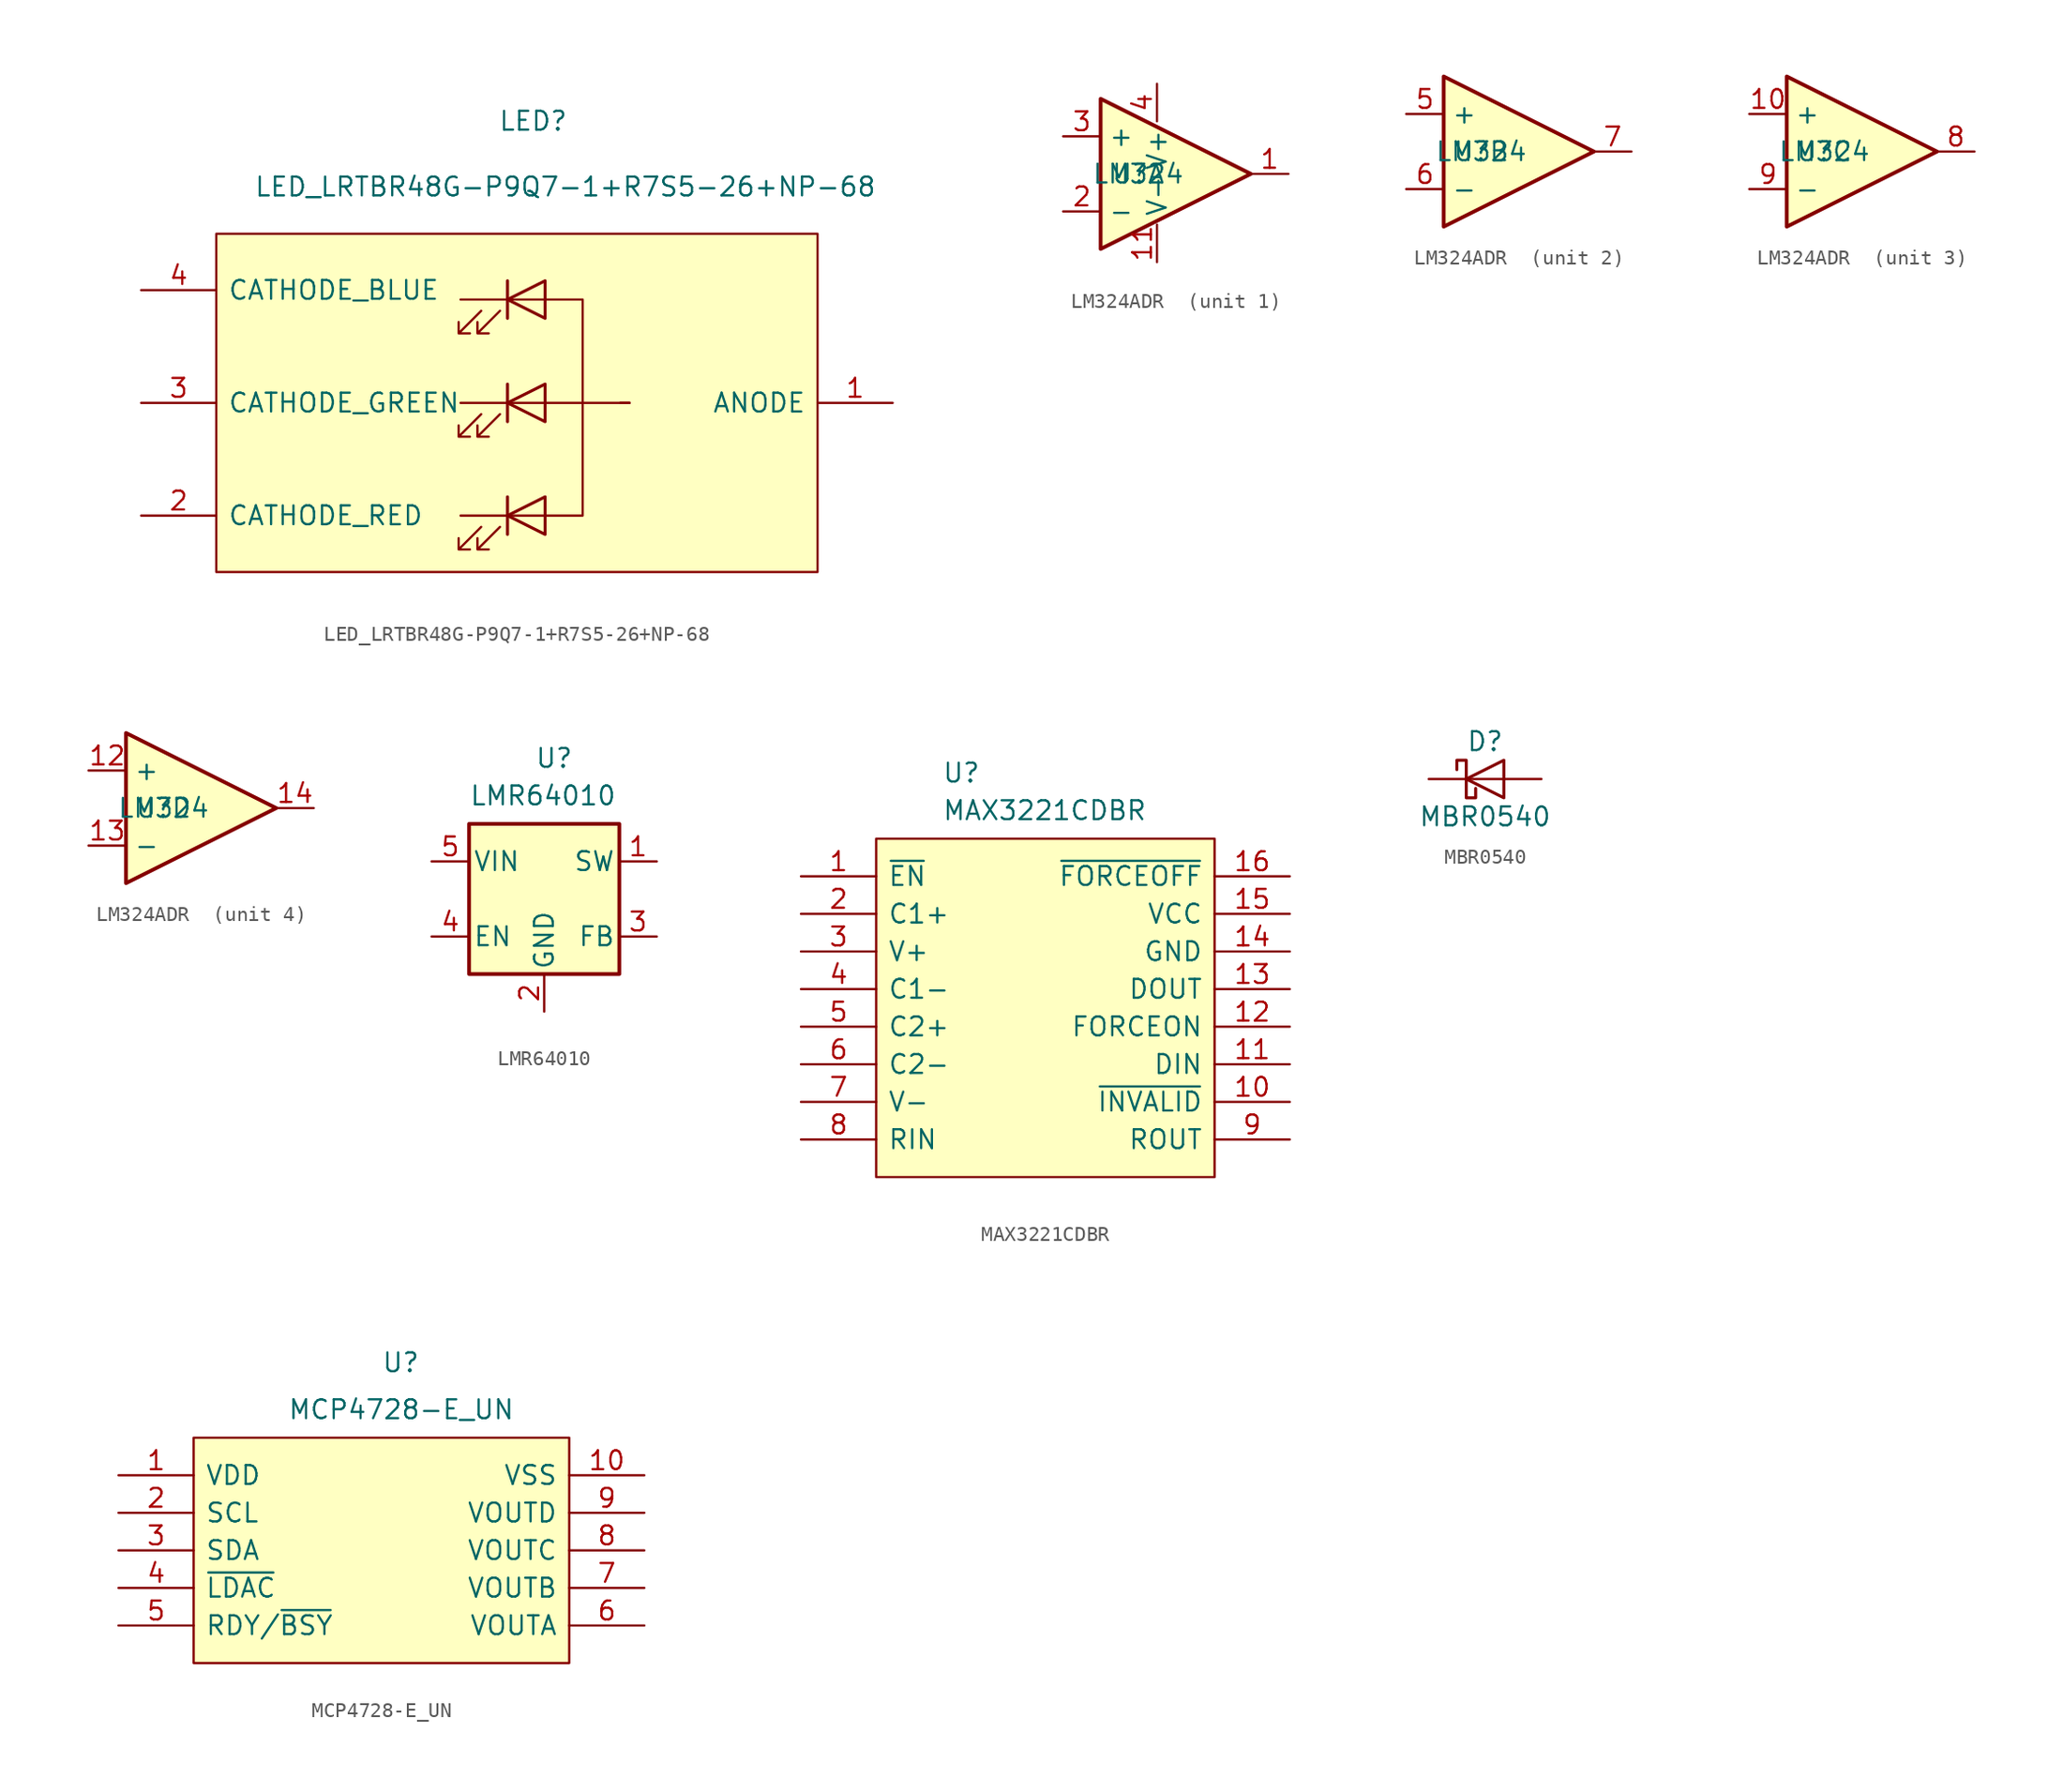
<source format=kicad_sym>
(kicad_symbol_lib
  (version 20220914)
  (generator kicad_symbol_editor)
  (symbol "LED_LRTBR48G-P9Q7-1+R7S5-26+NP-68"
    (pin_names
      (offset 0.762))
    (property "Reference" "LED"
      (at 24.13 10.16 0)
      (effects (font (size 1.27 1.27)) (justify left)))
    (property "Value" "LED_LRTBR48G-P9Q7-1+R7S5-26+NP-68"
      (at 7.62 5.715 0)
      (effects (font (size 1.27 1.27)) (justify left)))
    (symbol "LED_LRTBR48G-P9Q7-1+R7S5-26+NP-68_0_0"
      (pin passive line (at 50.8 -8.89 180) (length 5.08) (name "ANODE" (effects (font (size 1.27 1.27)))) (number "1" (effects (font (size 1.27 1.27)))))
      (pin passive line (at 0 -16.51 0) (length 5.08) (name "CATHODE_RED" (effects (font (size 1.27 1.27)))) (number "2" (effects (font (size 1.27 1.27)))))
      (pin passive line (at 0 -8.89 0) (length 5.08) (name "CATHODE_GREEN" (effects (font (size 1.27 1.27)))) (number "3" (effects (font (size 1.27 1.27)))))
      (pin passive line (at 0 -1.27 0) (length 5.08) (name "CATHODE_BLUE" (effects (font (size 1.27 1.27)))) (number "4" (effects (font (size 1.27 1.27))))))
    (symbol "LED_LRTBR48G-P9Q7-1+R7S5-26+NP-68_0_1"
      (polyline (pts (xy 24.765 -1.905) (xy 21.59 -1.905)) (stroke (width 0.152) (type solid)) (fill (type none)))
      (polyline (pts (xy 33.02 -8.89) (xy 32.385 -8.89)) (stroke (width 0.152) (type solid)) (fill (type none)))
      (polyline (pts (xy 27.305 -16.51) (xy 29.845 -16.51) (xy 29.845 -8.89) (xy 33.02 -8.89)) (stroke (width 0.152) (type solid)) (fill (type none)))
      (polyline (pts (xy 27.305 -1.905) (xy 29.845 -1.905) (xy 29.845 -8.89) (xy 27.305 -8.89)) (stroke (width 0.152) (type solid)) (fill (type none)))
      (polyline (pts (xy 5.08 2.54) (xy 45.72 2.54) (xy 45.72 -20.32) (xy 5.08 -20.32) (xy 5.08 2.54)) (stroke (width 0.152) (type solid)) (fill (type background))))
    (symbol "LED_LRTBR48G-P9Q7-1+R7S5-26+NP-68_1_1"
      (polyline (pts (xy 24.765 -17.78) (xy 24.765 -15.24)) (stroke (width 0.203) (type solid)) (fill (type none)))
      (polyline (pts (xy 24.765 -16.51) (xy 21.59 -16.51)) (stroke (width 0.152) (type solid)) (fill (type none)))
      (polyline (pts (xy 24.765 -16.51) (xy 27.305 -16.51)) (stroke (width 0) (type solid)) (fill (type none)))
      (polyline (pts (xy 24.765 -10.16) (xy 24.765 -7.62)) (stroke (width 0.203) (type solid)) (fill (type none)))
      (polyline (pts (xy 24.765 -8.89) (xy 21.59 -8.89)) (stroke (width 0.152) (type solid)) (fill (type none)))
      (polyline (pts (xy 24.765 -8.89) (xy 27.305 -8.89)) (stroke (width 0) (type solid)) (fill (type none)))
      (polyline (pts (xy 24.765 -3.175) (xy 24.765 -0.635)) (stroke (width 0.203) (type solid)) (fill (type none)))
      (polyline (pts (xy 24.765 -1.905) (xy 27.305 -1.905)) (stroke (width 0) (type solid)) (fill (type none)))
      (polyline (pts (xy 27.305 -17.78) (xy 27.305 -15.24) (xy 24.765 -16.51) (xy 27.305 -17.78)) (stroke (width 0.203) (type solid)) (fill (type none)))
      (polyline (pts (xy 27.305 -10.16) (xy 27.305 -7.62) (xy 24.765 -8.89) (xy 27.305 -10.16)) (stroke (width 0.203) (type solid)) (fill (type none)))
      (polyline (pts (xy 27.305 -3.175) (xy 27.305 -0.635) (xy 24.765 -1.905) (xy 27.305 -3.175)) (stroke (width 0.203) (type solid)) (fill (type none)))
      (polyline (pts (xy 22.987 -17.272) (xy 21.463 -18.796) (xy 22.225 -18.796) (xy 21.463 -18.796) (xy 21.463 -18.034)) (stroke (width 0) (type solid)) (fill (type none)))
      (polyline (pts (xy 22.987 -9.652) (xy 21.463 -11.176) (xy 22.225 -11.176) (xy 21.463 -11.176) (xy 21.463 -10.414)) (stroke (width 0) (type solid)) (fill (type none)))
      (polyline (pts (xy 22.987 -2.667) (xy 21.463 -4.191) (xy 22.225 -4.191) (xy 21.463 -4.191) (xy 21.463 -3.429)) (stroke (width 0) (type solid)) (fill (type none)))
      (polyline (pts (xy 24.257 -17.272) (xy 22.733 -18.796) (xy 23.495 -18.796) (xy 22.733 -18.796) (xy 22.733 -18.034)) (stroke (width 0) (type solid)) (fill (type none)))
      (polyline (pts (xy 24.257 -9.652) (xy 22.733 -11.176) (xy 23.495 -11.176) (xy 22.733 -11.176) (xy 22.733 -10.414)) (stroke (width 0) (type solid)) (fill (type none)))
      (polyline (pts (xy 24.257 -2.667) (xy 22.733 -4.191) (xy 23.495 -4.191) (xy 22.733 -4.191) (xy 22.733 -3.429)) (stroke (width 0) (type solid)) (fill (type none)))))
  (symbol "LM324ADR "
    (property "Reference" "U"
      (at 0 0 0)
      (effects (font (size 1.27 1.27))))
    (property "Value" "LM324"
      (at 0 0 0)
      (effects (font (size 1.27 1.27))))
    (property "ki_locked" ""
      (at 0 0 0)
      (effects (font (size 1.27 1.27))))
    (symbol "LM324ADR _1_1"
      (polyline (pts (xy -2.54 5.08) (xy 7.62 0) (xy -2.54 -5.08) (xy -2.54 5.08)) (stroke (width 0.254) (type solid)) (fill (type background)))
      (pin output line (at 10.16 0 180) (length 2.54) (name "~" (effects (font (size 1.27 1.27)))) (number "1" (effects (font (size 1.27 1.27)))))
      (pin power_in line (at 1.27 -5.969 90) (length 2.54) (name "V-" (effects (font (size 1.27 1.27)))) (number "11" (effects (font (size 1.27 1.27)))))
      (pin input line (at -5.08 -2.54 0) (length 2.54) (name "-" (effects (font (size 1.27 1.27)))) (number "2" (effects (font (size 1.27 1.27)))))
      (pin input line (at -5.08 2.54 0) (length 2.54) (name "+" (effects (font (size 1.27 1.27)))) (number "3" (effects (font (size 1.27 1.27)))))
      (pin power_in line (at 1.27 6.096 270) (length 2.54) (name "V+" (effects (font (size 1.27 1.27)))) (number "4" (effects (font (size 1.27 1.27))))))
    (symbol "LM324ADR _2_1"
      (polyline (pts (xy -2.54 5.08) (xy 7.62 0) (xy -2.54 -5.08) (xy -2.54 5.08)) (stroke (width 0.254) (type solid)) (fill (type background)))
      (pin input line (at -5.08 2.54 0) (length 2.54) (name "+" (effects (font (size 1.27 1.27)))) (number "5" (effects (font (size 1.27 1.27)))))
      (pin input line (at -5.08 -2.54 0) (length 2.54) (name "-" (effects (font (size 1.27 1.27)))) (number "6" (effects (font (size 1.27 1.27)))))
      (pin output line (at 10.16 0 180) (length 2.54) (name "~" (effects (font (size 1.27 1.27)))) (number "7" (effects (font (size 1.27 1.27))))))
    (symbol "LM324ADR _3_1"
      (polyline (pts (xy -2.54 5.08) (xy 7.62 0) (xy -2.54 -5.08) (xy -2.54 5.08)) (stroke (width 0.254) (type solid)) (fill (type background)))
      (pin input line (at -5.08 2.54 0) (length 2.54) (name "+" (effects (font (size 1.27 1.27)))) (number "10" (effects (font (size 1.27 1.27)))))
      (pin output line (at 10.16 0 180) (length 2.54) (name "~" (effects (font (size 1.27 1.27)))) (number "8" (effects (font (size 1.27 1.27)))))
      (pin input line (at -5.08 -2.54 0) (length 2.54) (name "-" (effects (font (size 1.27 1.27)))) (number "9" (effects (font (size 1.27 1.27))))))
    (symbol "LM324ADR _4_1"
      (polyline (pts (xy -2.54 5.08) (xy 7.62 0) (xy -2.54 -5.08) (xy -2.54 5.08)) (stroke (width 0.254) (type solid)) (fill (type background)))
      (pin input line (at -5.08 2.54 0) (length 2.54) (name "+" (effects (font (size 1.27 1.27)))) (number "12" (effects (font (size 1.27 1.27)))))
      (pin input line (at -5.08 -2.54 0) (length 2.54) (name "-" (effects (font (size 1.27 1.27)))) (number "13" (effects (font (size 1.27 1.27)))))
      (pin output line (at 10.16 0 180) (length 2.54) (name "~" (effects (font (size 1.27 1.27)))) (number "14" (effects (font (size 1.27 1.27)))))))
  (symbol "LMR64010"
    (pin_names
      (offset 0.254))
    (property "Reference" "U"
      (at -0.635 9.525 0)
      (effects (font (size 1.27 1.27)) (justify left)))
    (property "Value" "LMR64010"
      (at -5.08 6.985 0)
      (effects (font (size 1.27 1.27)) (justify left)))
    (symbol "LMR64010_0_1"
      (rectangle (start -5.08 5.08) (end 5.08 -5.08) (stroke (width 0.254) (type solid)) (fill (type background))))
    (symbol "LMR64010_1_1"
      (pin output line (at 7.62 2.54 180) (length 2.54) (name "SW" (effects (font (size 1.27 1.27)))) (number "1" (effects (font (size 1.27 1.27)))))
      (pin power_in line (at 0 -7.62 90) (length 2.54) (name "GND" (effects (font (size 1.27 1.27)))) (number "2" (effects (font (size 1.27 1.27)))))
      (pin input line (at 7.62 -2.54 180) (length 2.54) (name "FB" (effects (font (size 1.27 1.27)))) (number "3" (effects (font (size 1.27 1.27)))))
      (pin input line (at -7.62 -2.54 0) (length 2.54) (name "EN" (effects (font (size 1.27 1.27)))) (number "4" (effects (font (size 1.27 1.27)))))
      (pin power_in line (at -7.62 2.54 0) (length 2.54) (name "VIN" (effects (font (size 1.27 1.27)))) (number "5" (effects (font (size 1.27 1.27)))))))
  (symbol "MAX3221CDBR"
    (pin_names
      (offset 0.762))
    (property "Reference" "U"
      (at 9.525 6.985 0)
      (effects (font (size 1.27 1.27)) (justify left)))
    (property "Value" "MAX3221CDBR"
      (at 9.525 4.445 0)
      (effects (font (size 1.27 1.27)) (justify left)))
    (symbol "MAX3221CDBR_0_0"
      (pin input line (at 0 0 0) (length 5.08) (name "~{EN}" (effects (font (size 1.27 1.27)))) (number "1" (effects (font (size 1.27 1.27)))))
      (pin bidirectional line (at 33.02 -15.24 180) (length 5.08) (name "~{INVALID}" (effects (font (size 1.27 1.27)))) (number "10" (effects (font (size 1.27 1.27)))))
      (pin input line (at 33.02 -12.7 180) (length 5.08) (name "DIN" (effects (font (size 1.27 1.27)))) (number "11" (effects (font (size 1.27 1.27)))))
      (pin input line (at 33.02 -10.16 180) (length 5.08) (name "FORCEON" (effects (font (size 1.27 1.27)))) (number "12" (effects (font (size 1.27 1.27)))))
      (pin output line (at 33.02 -7.62 180) (length 5.08) (name "DOUT" (effects (font (size 1.27 1.27)))) (number "13" (effects (font (size 1.27 1.27)))))
      (pin power_in line (at 33.02 -5.08 180) (length 5.08) (name "GND" (effects (font (size 1.27 1.27)))) (number "14" (effects (font (size 1.27 1.27)))))
      (pin power_in line (at 33.02 -2.54 180) (length 5.08) (name "VCC" (effects (font (size 1.27 1.27)))) (number "15" (effects (font (size 1.27 1.27)))))
      (pin input line (at 33.02 0 180) (length 5.08) (name "~{FORCEOFF}" (effects (font (size 1.27 1.27)))) (number "16" (effects (font (size 1.27 1.27)))))
      (pin bidirectional line (at 0 -2.54 0) (length 5.08) (name "C1+" (effects (font (size 1.27 1.27)))) (number "2" (effects (font (size 1.27 1.27)))))
      (pin bidirectional line (at 0 -5.08 0) (length 5.08) (name "V+" (effects (font (size 1.27 1.27)))) (number "3" (effects (font (size 1.27 1.27)))))
      (pin bidirectional line (at 0 -7.62 0) (length 5.08) (name "C1-" (effects (font (size 1.27 1.27)))) (number "4" (effects (font (size 1.27 1.27)))))
      (pin bidirectional line (at 0 -10.16 0) (length 5.08) (name "C2+" (effects (font (size 1.27 1.27)))) (number "5" (effects (font (size 1.27 1.27)))))
      (pin bidirectional line (at 0 -12.7 0) (length 5.08) (name "C2-" (effects (font (size 1.27 1.27)))) (number "6" (effects (font (size 1.27 1.27)))))
      (pin bidirectional line (at 0 -15.24 0) (length 5.08) (name "V-" (effects (font (size 1.27 1.27)))) (number "7" (effects (font (size 1.27 1.27)))))
      (pin input line (at 0 -17.78 0) (length 5.08) (name "RIN" (effects (font (size 1.27 1.27)))) (number "8" (effects (font (size 1.27 1.27)))))
      (pin output line (at 33.02 -17.78 180) (length 5.08) (name "ROUT" (effects (font (size 1.27 1.27)))) (number "9" (effects (font (size 1.27 1.27))))))
    (symbol "MAX3221CDBR_0_1"
      (polyline (pts (xy 5.08 2.54) (xy 27.94 2.54) (xy 27.94 -20.32) (xy 5.08 -20.32) (xy 5.08 2.54)) (stroke (width 0.152) (type solid)) (fill (type background)))))
  (symbol "MBR0540"
    (pin_numbers hide)
    (pin_names
      (offset 1.016) hide)
    (property "Reference" "D"
      (at 0 2.54 0)
      (effects (font (size 1.27 1.27))))
    (property "Value" "MBR0540"
      (at 0 -2.54 0)
      (effects (font (size 1.27 1.27))))
    (symbol "MBR0540_0_1"
      (polyline (pts (xy 1.27 0) (xy -1.27 0)) (stroke (width 0) (type solid)) (fill (type none)))
      (polyline (pts (xy 1.27 1.27) (xy 1.27 -1.27) (xy -1.27 0) (xy 1.27 1.27)) (stroke (width 0.203) (type solid)) (fill (type none)))
      (polyline (pts (xy -1.905 0.635) (xy -1.905 1.27) (xy -1.27 1.27) (xy -1.27 -1.27) (xy -0.635 -1.27) (xy -0.635 -0.635)) (stroke (width 0.203) (type solid)) (fill (type none))))
    (symbol "MBR0540_1_1"
      (pin passive line (at -3.81 0 0) (length 2.54) (name "K" (effects (font (size 1.27 1.27)))) (number "1" (effects (font (size 1.27 1.27)))))
      (pin passive line (at 3.81 0 180) (length 2.54) (name "A" (effects (font (size 1.27 1.27)))) (number "2" (effects (font (size 1.27 1.27)))))))
  (symbol "MCP4728-E_UN"
    (pin_names
      (offset 0.762))
    (property "Reference" "U"
      (at 17.78 7.62 0)
      (effects (font (size 1.27 1.27)) (justify left)))
    (property "Value" "MCP4728-E_UN"
      (at 11.43 4.445 0)
      (effects (font (size 1.27 1.27)) (justify left)))
    (symbol "MCP4728-E_UN_0_0"
      (pin power_in line (at 0 0 0) (length 5.08) (name "VDD" (effects (font (size 1.27 1.27)))) (number "1" (effects (font (size 1.27 1.27)))))
      (pin power_in line (at 35.56 0 180) (length 5.08) (name "VSS" (effects (font (size 1.27 1.27)))) (number "10" (effects (font (size 1.27 1.27)))))
      (pin open_collector line (at 0 -2.54 0) (length 5.08) (name "SCL" (effects (font (size 1.27 1.27)))) (number "2" (effects (font (size 1.27 1.27)))))
      (pin open_collector line (at 0 -5.08 0) (length 5.08) (name "SDA" (effects (font (size 1.27 1.27)))) (number "3" (effects (font (size 1.27 1.27)))))
      (pin input line (at 0 -7.62 0) (length 5.08) (name "~{LDAC}" (effects (font (size 1.27 1.27)))) (number "4" (effects (font (size 1.27 1.27)))))
      (pin output line (at 0 -10.16 0) (length 5.08) (name "RDY/~{BSY}" (effects (font (size 1.27 1.27)))) (number "5" (effects (font (size 1.27 1.27)))))
      (pin output line (at 35.56 -10.16 180) (length 5.08) (name "VOUTA" (effects (font (size 1.27 1.27)))) (number "6" (effects (font (size 1.27 1.27)))))
      (pin output line (at 35.56 -7.62 180) (length 5.08) (name "VOUTB" (effects (font (size 1.27 1.27)))) (number "7" (effects (font (size 1.27 1.27)))))
      (pin output line (at 35.56 -5.08 180) (length 5.08) (name "VOUTC" (effects (font (size 1.27 1.27)))) (number "8" (effects (font (size 1.27 1.27)))))
      (pin output line (at 35.56 -2.54 180) (length 5.08) (name "VOUTD" (effects (font (size 1.27 1.27)))) (number "9" (effects (font (size 1.27 1.27))))))
    (symbol "MCP4728-E_UN_0_1"
      (polyline (pts (xy 5.08 2.54) (xy 30.48 2.54) (xy 30.48 -12.7) (xy 5.08 -12.7) (xy 5.08 2.54)) (stroke (width 0.152) (type solid)) (fill (type background))))))
</source>
